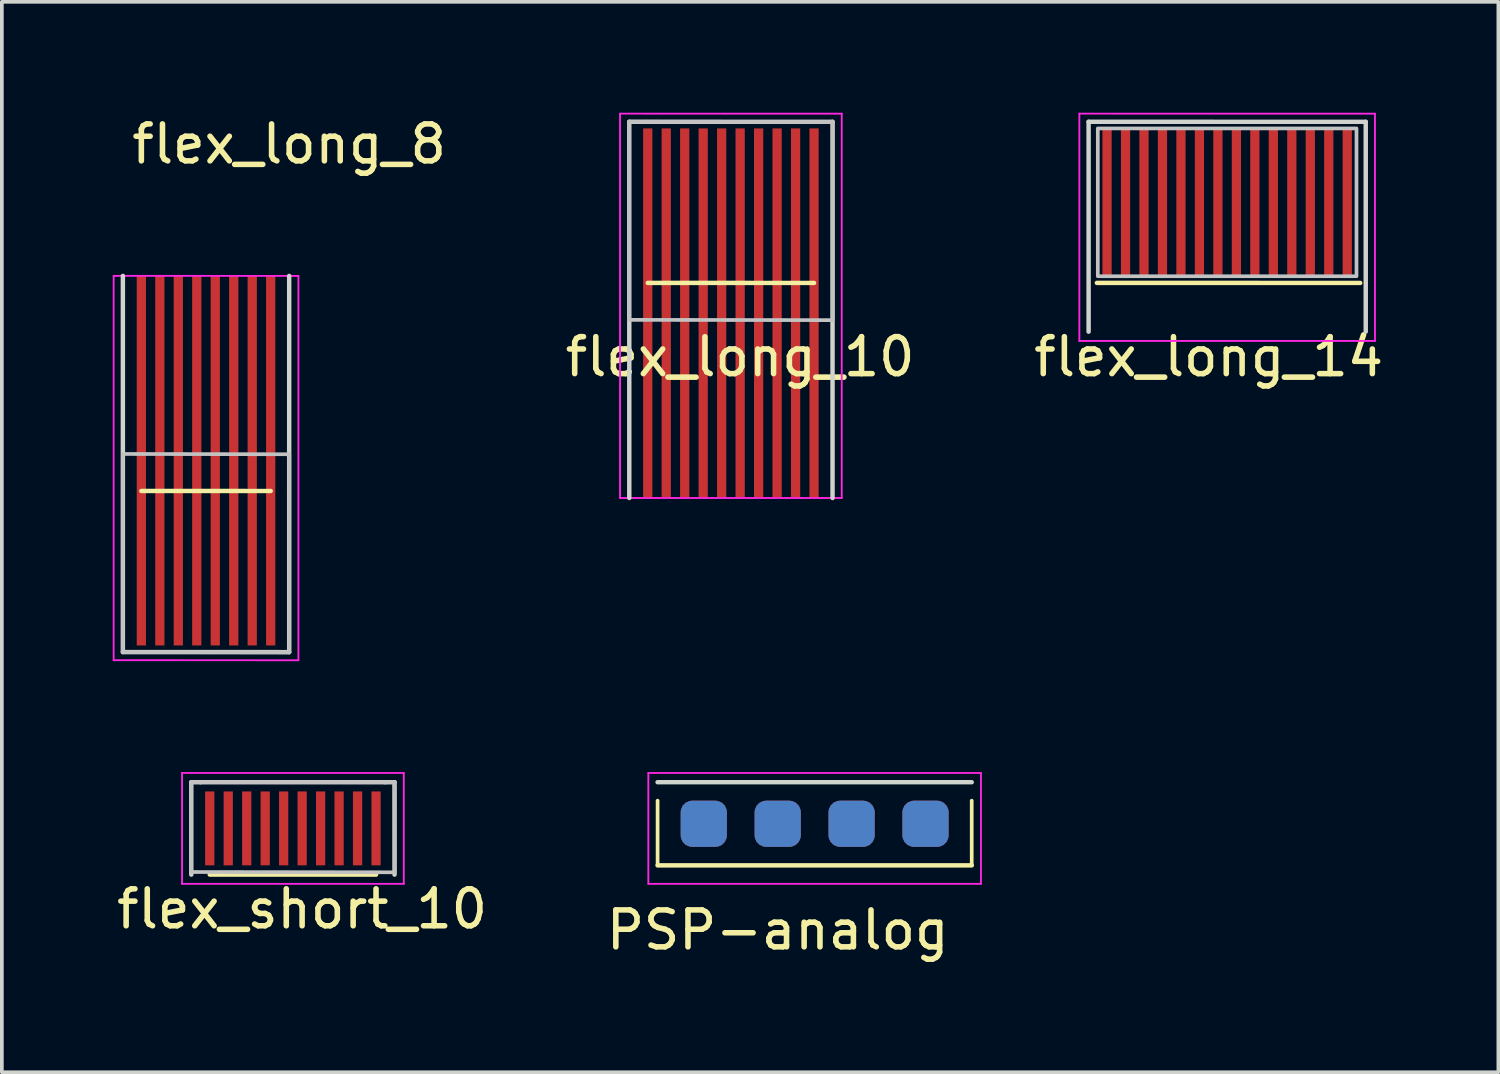
<source format=kicad_pcb>
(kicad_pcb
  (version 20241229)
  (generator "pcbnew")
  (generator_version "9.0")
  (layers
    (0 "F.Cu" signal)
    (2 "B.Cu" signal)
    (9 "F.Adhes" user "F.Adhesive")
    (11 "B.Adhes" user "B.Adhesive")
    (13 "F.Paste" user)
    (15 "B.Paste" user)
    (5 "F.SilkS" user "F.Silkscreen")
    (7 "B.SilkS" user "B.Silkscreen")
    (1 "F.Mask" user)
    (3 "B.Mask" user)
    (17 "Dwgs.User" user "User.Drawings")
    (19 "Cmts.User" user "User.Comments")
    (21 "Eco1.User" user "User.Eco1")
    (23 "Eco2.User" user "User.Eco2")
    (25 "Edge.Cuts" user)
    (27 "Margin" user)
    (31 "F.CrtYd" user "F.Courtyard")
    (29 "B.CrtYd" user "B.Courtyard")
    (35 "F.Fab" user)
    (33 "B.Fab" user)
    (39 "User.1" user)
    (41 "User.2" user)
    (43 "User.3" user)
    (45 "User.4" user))
  (footprint "flex_long_8"
    (layer "F.Cu")
    (at 4.775 1.348)
    (property "Reference" "flex_long_8" (at 0 -0.5 0) (unlocked yes) (layer "F.SilkS") (effects (font (size 1 1) (thickness 0.15))))
    (attr smd)
    (fp_line (start -0.5 8.888) (end -4 8.887) (stroke (width 0.12) (type solid)) (layer "F.SilkS"))
    (fp_poly (pts (xy 0.003 13.254) (xy -4.502 13.246) (xy -4.502 7.886) (xy 0.003 7.894)) (stroke (width 0.1) (type solid)) (fill no) (layer "Dwgs.User"))
    (fp_line (start -4.5 3.067) (end -4.5 13.247) (stroke (width 0.12) (type solid)) (layer "Edge.Cuts"))
    (fp_line (start 0 3.068) (end 0 13.248) (stroke (width 0.12) (type solid)) (layer "Edge.Cuts"))
    (fp_line (start 0 13.248) (end -4.5 13.247) (stroke (width 0.12) (type solid)) (layer "Edge.Cuts"))
    (fp_line (start -4.75 13.467) (end -4.75 3.067) (stroke (width 0.05) (type solid)) (layer "F.CrtYd"))
    (fp_line (start 0.25 3.068) (end -4.75 3.067) (stroke (width 0.05) (type solid)) (layer "F.CrtYd"))
    (fp_line (start 0.25 13.468) (end -4.75 13.467) (stroke (width 0.05) (type solid)) (layer "F.CrtYd"))
    (fp_line (start 0.25 13.468) (end 0.25 3.068) (stroke (width 0.05) (type solid)) (layer "F.CrtYd"))
    (pad "" smd rect (at -4 11.068 180) (size 0.25 4) (layers "F.Mask" "F.Paste"))
    (pad "" smd rect (at -3.5 11.068 180) (size 0.25 4) (layers "F.Mask" "F.Paste"))
    (pad "" smd rect (at -3 11.068 180) (size 0.25 4) (layers "F.Mask" "F.Paste"))
    (pad "" smd rect (at -2.5 11.068 180) (size 0.25 4) (layers "F.Mask" "F.Paste"))
    (pad "" smd rect (at -2 11.068 180) (size 0.25 4) (layers "F.Mask" "F.Paste"))
    (pad "" smd rect (at -1.5 11.068 180) (size 0.25 4) (layers "F.Mask" "F.Paste"))
    (pad "" smd rect (at -1 11.068 180) (size 0.25 4) (layers "F.Mask" "F.Paste"))
    (pad "" smd rect (at -0.5 11.068 180) (size 0.25 4) (layers "F.Mask" "F.Paste"))
    (pad "1" smd custom (at -0.5 4.068 180) (size 0.25 2) (layers "F.Cu") (options (anchor rect)) (primitives (gr_poly (pts (xy 0.125 -1) (xy -0.125 -1) (xy -0.125 -9) (xy 0.125 -9)) (width 0) (fill yes))))
    (pad "2" smd custom (at -1 4.068 180) (size 0.25 2) (layers "F.Cu") (options (anchor rect)) (primitives (gr_poly (pts (xy 0.125 -1) (xy -0.125 -1) (xy -0.125 -9) (xy 0.125 -9)) (width 0) (fill yes))))
    (pad "3" smd custom (at -1.5 4.068 180) (size 0.25 2) (layers "F.Cu") (options (anchor rect)) (primitives (gr_poly (pts (xy 0.125 -1) (xy -0.125 -1) (xy -0.125 -9) (xy 0.125 -9)) (width 0) (fill yes))))
    (pad "4" smd custom (at -2 4.068 180) (size 0.25 2) (layers "F.Cu") (options (anchor rect)) (primitives (gr_poly (pts (xy 0.125 -1) (xy -0.125 -1) (xy -0.125 -9) (xy 0.125 -9)) (width 0) (fill yes))))
    (pad "5" smd custom (at -2.5 4.068 180) (size 0.25 2) (layers "F.Cu") (options (anchor rect)) (primitives (gr_poly (pts (xy 0.125 -1) (xy -0.125 -1) (xy -0.125 -9) (xy 0.125 -9)) (width 0) (fill yes))))
    (pad "6" smd custom (at -3 4.068 180) (size 0.25 2) (layers "F.Cu") (options (anchor rect)) (primitives (gr_poly (pts (xy 0.125 -1) (xy -0.125 -1) (xy -0.125 -9) (xy 0.125 -9)) (width 0) (fill yes))))
    (pad "7" smd custom (at -3.5 4.068 180) (size 0.25 2) (layers "F.Cu") (options (anchor rect)) (primitives (gr_poly (pts (xy 0.125 -1) (xy -0.125 -1) (xy -0.125 -9) (xy 0.125 -9)) (width 0) (fill yes))))
    (pad "8" smd custom (at -4 4.068 180) (size 0.25 2) (layers "F.Cu") (options (anchor rect)) (primitives (gr_poly (pts (xy 0.125 -1) (xy -0.125 -1) (xy -0.125 -9) (xy 0.125 -9)) (width 0) (fill yes)))))
  (footprint "flex_short_10"
    (layer "F.Cu")
    (at 5.126 19.366)
    (property "Reference" "flex_short_10" (at -0.001 2.18 0) (layer "F.SilkS") (effects (font (size 1 1) (thickness 0.15))))
    (attr smd)
    (fp_line (start -2.5 1.25) (end 2 1.25) (stroke (width 0.12) (type solid)) (layer "F.SilkS"))
    (fp_poly (pts (xy 2.505 1.188) (xy -3.005 1.18) (xy -3.005 -1.25) (xy 2.5 -1.25)) (stroke (width 0.1) (type solid)) (fill no) (layer "Dwgs.User"))
    (fp_line (start -3 -1.25) (end -3 1.25) (stroke (width 0.12) (type solid)) (layer "Edge.Cuts"))
    (fp_line (start -2.75 -1.25) (end -3 -1.25) (stroke (width 0.12) (type solid)) (layer "Edge.Cuts"))
    (fp_line (start -2.75 -1.25) (end 2.25 -1.25) (stroke (width 0.12) (type solid)) (layer "Edge.Cuts"))
    (fp_line (start 2.25 -1.25) (end 2.5 -1.25) (stroke (width 0.12) (type solid)) (layer "Edge.Cuts"))
    (fp_line (start 2.5 -1.25) (end 2.5 1.25) (stroke (width 0.12) (type solid)) (layer "Edge.Cuts"))
    (fp_line (start -3.25 -1.5) (end 2.75 -1.5) (stroke (width 0.05) (type solid)) (layer "F.CrtYd"))
    (fp_line (start -3.25 1.5) (end -3.25 -1.5) (stroke (width 0.05) (type solid)) (layer "F.CrtYd"))
    (fp_line (start 2.75 -1.5) (end 2.75 1.5) (stroke (width 0.05) (type solid)) (layer "F.CrtYd"))
    (fp_line (start 2.75 1.5) (end -3.25 1.5) (stroke (width 0.05) (type solid)) (layer "F.CrtYd"))
    (pad "1" smd rect (at -2.5 0) (size 0.25 2) (layers "F.Cu" "F.Mask" "F.Paste"))
    (pad "2" smd rect (at -2 0) (size 0.25 2) (layers "F.Cu" "F.Mask" "F.Paste"))
    (pad "3" smd rect (at -1.5 0) (size 0.25 2) (layers "F.Cu" "F.Mask" "F.Paste"))
    (pad "4" smd rect (at -1 0) (size 0.25 2) (layers "F.Cu" "F.Mask" "F.Paste"))
    (pad "5" smd rect (at -0.5 0) (size 0.25 2) (layers "F.Cu" "F.Mask" "F.Paste"))
    (pad "6" smd rect (at 0 0) (size 0.25 2) (layers "F.Cu" "F.Mask" "F.Paste"))
    (pad "7" smd rect (at 0.5 0) (size 0.25 2) (layers "F.Cu" "F.Mask" "F.Paste"))
    (pad "8" smd rect (at 1 0) (size 0.25 2) (layers "F.Cu" "F.Mask" "F.Paste"))
    (pad "9" smd rect (at 1.5 0) (size 0.25 2) (layers "F.Cu" "F.Mask" "F.Paste"))
    (pad "10" smd rect (at 2 0) (size 0.25 2) (layers "F.Cu" "F.Mask" "F.Paste")))
  (footprint "flex_long_10"
    (layer "F.Cu")
    (at 16.978 4.425)
    (property "Reference" "flex_long_10" (at -0.001 2.18 0) (layer "F.SilkS") (effects (font (size 1 1) (thickness 0.15))))
    (attr smd)
    (fp_line (start -2.5 0.18) (end 2 0.181) (stroke (width 0.12) (type solid)) (layer "F.SilkS"))
    (fp_poly (pts (xy 2.505 1.188) (xy -3.005 1.18) (xy -3.005 -4.18) (xy 2.505 -4.172)) (stroke (width 0.1) (type solid)) (fill no) (layer "Dwgs.User"))
    (fp_line (start -3 -4.18) (end 2.5 -4.179) (stroke (width 0.12) (type solid)) (layer "Edge.Cuts"))
    (fp_line (start -3 6) (end -3 -4.18) (stroke (width 0.12) (type solid)) (layer "Edge.Cuts"))
    (fp_line (start 2.5 6.001) (end 2.5 -4.179) (stroke (width 0.12) (type solid)) (layer "Edge.Cuts"))
    (fp_line (start -3.25 -4.4) (end -3.25 6) (stroke (width 0.05) (type solid)) (layer "F.CrtYd"))
    (fp_line (start -3.25 -4.4) (end 2.749 -4.399) (stroke (width 0.05) (type solid)) (layer "F.CrtYd"))
    (fp_line (start -3.25 6) (end 2.749 6.001) (stroke (width 0.05) (type solid)) (layer "F.CrtYd"))
    (fp_line (start 2.749 -4.399) (end 2.749 6.001) (stroke (width 0.05) (type solid)) (layer "F.CrtYd"))
    (pad "" smd rect (at -2.5 -2) (size 0.25 4) (layers "F.Mask" "F.Paste"))
    (pad "" smd rect (at -2 -2) (size 0.25 4) (layers "F.Mask" "F.Paste"))
    (pad "" smd rect (at -1.5 -2) (size 0.25 4) (layers "F.Mask" "F.Paste"))
    (pad "" smd rect (at -1 -2) (size 0.25 4) (layers "F.Mask" "F.Paste"))
    (pad "" smd rect (at -0.5 -2) (size 0.25 4) (layers "F.Mask" "F.Paste"))
    (pad "" smd rect (at 0 -2) (size 0.25 4) (layers "F.Mask" "F.Paste"))
    (pad "" smd rect (at 0.5 -2) (size 0.25 4) (layers "F.Mask" "F.Paste"))
    (pad "" smd rect (at 1 -2) (size 0.25 4) (layers "F.Mask" "F.Paste"))
    (pad "" smd rect (at 1.5 -2) (size 0.25 4) (layers "F.Mask" "F.Paste"))
    (pad "" smd rect (at 1.999 -1.999) (size 0.25 4) (layers "F.Mask" "F.Paste"))
    (pad "1" smd custom (at -2.5 5) (size 0.25 2) (layers "F.Cu") (options (anchor rect)) (primitives (gr_poly (pts (xy 0.125 -1) (xy -0.125 -1) (xy -0.125 -9) (xy 0.125 -9)) (width 0) (fill yes))))
    (pad "2" smd custom (at -2 5) (size 0.25 2) (layers "F.Cu") (options (anchor rect)) (primitives (gr_poly (pts (xy 0.125 -1) (xy -0.125 -1) (xy -0.125 -9) (xy 0.125 -9)) (width 0) (fill yes))))
    (pad "3" smd custom (at -1.5 5) (size 0.25 2) (layers "F.Cu") (options (anchor rect)) (primitives (gr_poly (pts (xy 0.125 -1) (xy -0.125 -1) (xy -0.125 -9) (xy 0.125 -9)) (width 0) (fill yes))))
    (pad "4" smd custom (at -1 5) (size 0.25 2) (layers "F.Cu") (options (anchor rect)) (primitives (gr_poly (pts (xy 0.125 -1) (xy -0.125 -1) (xy -0.125 -9) (xy 0.125 -9)) (width 0) (fill yes))))
    (pad "5" smd custom (at -0.5 5) (size 0.25 2) (layers "F.Cu") (options (anchor rect)) (primitives (gr_poly (pts (xy 0.125 -1) (xy -0.125 -1) (xy -0.125 -9) (xy 0.125 -9)) (width 0) (fill yes))))
    (pad "6" smd custom (at 0 5) (size 0.25 2) (layers "F.Cu") (options (anchor rect)) (primitives (gr_poly (pts (xy 0.125 -1) (xy -0.125 -1) (xy -0.125 -9) (xy 0.125 -9)) (width 0) (fill yes))))
    (pad "7" smd custom (at 0.5 5) (size 0.25 2) (layers "F.Cu") (options (anchor rect)) (primitives (gr_poly (pts (xy 0.125 -1) (xy -0.125 -1) (xy -0.125 -9) (xy 0.125 -9)) (width 0) (fill yes))))
    (pad "8" smd custom (at 1 5) (size 0.25 2) (layers "F.Cu") (options (anchor rect)) (primitives (gr_poly (pts (xy 0.125 -1) (xy -0.125 -1) (xy -0.125 -9) (xy 0.125 -9)) (width 0) (fill yes))))
    (pad "9" smd custom (at 1.5 5) (size 0.25 2) (layers "F.Cu") (options (anchor rect)) (primitives (gr_poly (pts (xy 0.125 -1) (xy -0.125 -1) (xy -0.125 -9) (xy 0.125 -9)) (width 0) (fill yes))))
    (pad "10" smd custom (at 2 5) (size 0.25 2) (layers "F.Cu") (options (anchor rect)) (primitives (gr_poly (pts (xy 0.125 -1) (xy -0.125 -1) (xy -0.125 -9) (xy 0.125 -9)) (width 0) (fill yes)))))
  (footprint "PSP-analog"
    (layer "F.Cu")
    (at 18.244 19.116)
    (property "Reference" "PSP-analog" (at -0.249 3 0) (layer "F.SilkS") (effects (font (size 1 1) (thickness 0.15))))
    (attr smd)
    (fp_line (start -3.5 -0.5) (end -3.5 1.25) (stroke (width 0.1) (type default)) (layer "F.SilkS"))
    (fp_line (start -3.5 1.25) (end 5 1.25) (stroke (width 0.12) (type solid)) (layer "F.SilkS"))
    (fp_line (start 5 1.25) (end 5 -0.5) (stroke (width 0.1) (type default)) (layer "F.SilkS"))
    (fp_line (start 5 -1) (end -3.5 -1) (stroke (width 0.12) (type solid)) (layer "Edge.Cuts"))
    (fp_line (start -3.75 -1.25) (end -3.75 1.75) (stroke (width 0.05) (type solid)) (layer "F.CrtYd"))
    (fp_line (start -3.75 -1.25) (end 5.25 -1.25) (stroke (width 0.05) (type solid)) (layer "F.CrtYd"))
    (fp_line (start -3.75 1.75) (end 5.25 1.75) (stroke (width 0.05) (type solid)) (layer "F.CrtYd"))
    (fp_line (start 5.25 -1.25) (end 5.25 1.75) (stroke (width 0.05) (type solid)) (layer "F.CrtYd"))
    (pad "1" smd roundrect (at -2.25 0.125) (size 1.25 1.25) (layers "F.Cu" "F.Mask" "F.Paste") (roundrect_rratio 0.25))
    (pad "2" smd roundrect (at -0.25 0.125) (size 1.25 1.25) (layers "F.Cu" "F.Mask" "F.Paste") (roundrect_rratio 0.25))
    (pad "3" smd roundrect (at 1.75 0.125) (size 1.25 1.25) (layers "F.Cu" "F.Mask" "F.Paste") (roundrect_rratio 0.25))
    (pad "4" smd roundrect (at 3.75 0.125) (size 1.25 1.25) (layers "F.Cu" "F.Mask" "F.Paste") (roundrect_rratio 0.25))
    (pad "5" smd roundrect (at -2.25 0.125) (size 1.25 1.25) (layers "B.Cu" "B.Mask" "B.Paste") (roundrect_rratio 0.25))
    (pad "6" smd roundrect (at -0.25 0.125) (size 1.25 1.25) (layers "B.Cu" "B.Mask" "B.Paste") (roundrect_rratio 0.25))
    (pad "7" smd roundrect (at 1.75 0.125) (size 1.25 1.25) (layers "B.Cu" "B.Mask" "B.Paste") (roundrect_rratio 0.25))
    (pad "8" smd roundrect (at 3.75 0.125) (size 1.25 1.25) (layers "B.Cu" "B.Mask" "B.Paste") (roundrect_rratio 0.25)))
  (footprint "flex_long_14"
    (layer "F.Cu")
    (at 30.281 2.425)
    (property "Reference" "flex_long_14" (at -0.625 4.18 0) (layer "F.SilkS") (effects (font (size 1 1) (thickness 0.15))))
    (attr smd)
    (fp_line (start -3.65 2.18) (end 3.475 2.181) (stroke (width 0.12) (type solid)) (layer "F.SilkS"))
    (fp_poly (pts (xy 3.375 2) (xy -3.625 2) (xy -3.625 -2) (xy 3.375 -2)) (stroke (width 0.1) (type solid)) (fill no) (layer "Dwgs.User"))
    (fp_line (start -3.875 -2.18) (end 3.625 -2.179) (stroke (width 0.12) (type solid)) (layer "Edge.Cuts"))
    (fp_line (start -3.874 3.5) (end -3.874 -2.18) (stroke (width 0.12) (type solid)) (layer "Edge.Cuts"))
    (fp_line (start 3.625 3.5) (end 3.625 -2.179) (stroke (width 0.12) (type solid)) (layer "Edge.Cuts"))
    (fp_line (start -4.124 -2.4) (end -4.124 3.75) (stroke (width 0.05) (type solid)) (layer "F.CrtYd"))
    (fp_line (start -4.124 -2.4) (end 3.875 -2.399) (stroke (width 0.05) (type solid)) (layer "F.CrtYd"))
    (fp_line (start -4.124 3.75) (end 3.875 3.75) (stroke (width 0.05) (type solid)) (layer "F.CrtYd"))
    (fp_line (start 3.875 -2.399) (end 3.875 3.75) (stroke (width 0.05) (type solid)) (layer "F.CrtYd"))
    (pad "1" smd rect (at -3.375 0) (size 0.25 4) (layers "F.Cu" "F.Mask" "F.Paste"))
    (pad "2" smd rect (at -2.875 0) (size 0.25 4) (layers "F.Cu" "F.Mask" "F.Paste"))
    (pad "3" smd rect (at -2.375 0) (size 0.25 4) (layers "F.Cu" "F.Mask" "F.Paste"))
    (pad "4" smd rect (at -1.875 0) (size 0.25 4) (layers "F.Cu" "F.Mask" "F.Paste"))
    (pad "5" smd rect (at -1.375 0) (size 0.25 4) (layers "F.Cu" "F.Mask" "F.Paste"))
    (pad "6" smd rect (at -0.875 0) (size 0.25 4) (layers "F.Cu" "F.Mask" "F.Paste"))
    (pad "7" smd rect (at -0.375 0) (size 0.25 4) (layers "F.Cu" "F.Mask" "F.Paste"))
    (pad "8" smd rect (at 0.125 0) (size 0.25 4) (layers "F.Cu" "F.Mask" "F.Paste"))
    (pad "9" smd rect (at 0.625 0) (size 0.25 4) (layers "F.Cu" "F.Mask" "F.Paste"))
    (pad "10" smd rect (at 1.125 0) (size 0.25 4) (layers "F.Cu" "F.Mask" "F.Paste"))
    (pad "11" smd rect (at 1.625 0) (size 0.25 4) (layers "F.Cu" "F.Mask" "F.Paste"))
    (pad "12" smd rect (at 2.125 0) (size 0.25 4) (layers "F.Cu" "F.Mask" "F.Paste"))
    (pad "13" smd rect (at 2.625 0) (size 0.25 4) (layers "F.Cu" "F.Mask" "F.Paste"))
    (pad "14" smd rect (at 3.125 0) (size 0.25 4) (layers "F.Cu" "F.Mask" "F.Paste")))
  (gr_rect
    (start -3 -3)
    (end 37.495 25.964)
    (stroke (width 0.1) (type default))
    (fill no)
    (layer "Edge.Cuts")))
</source>
